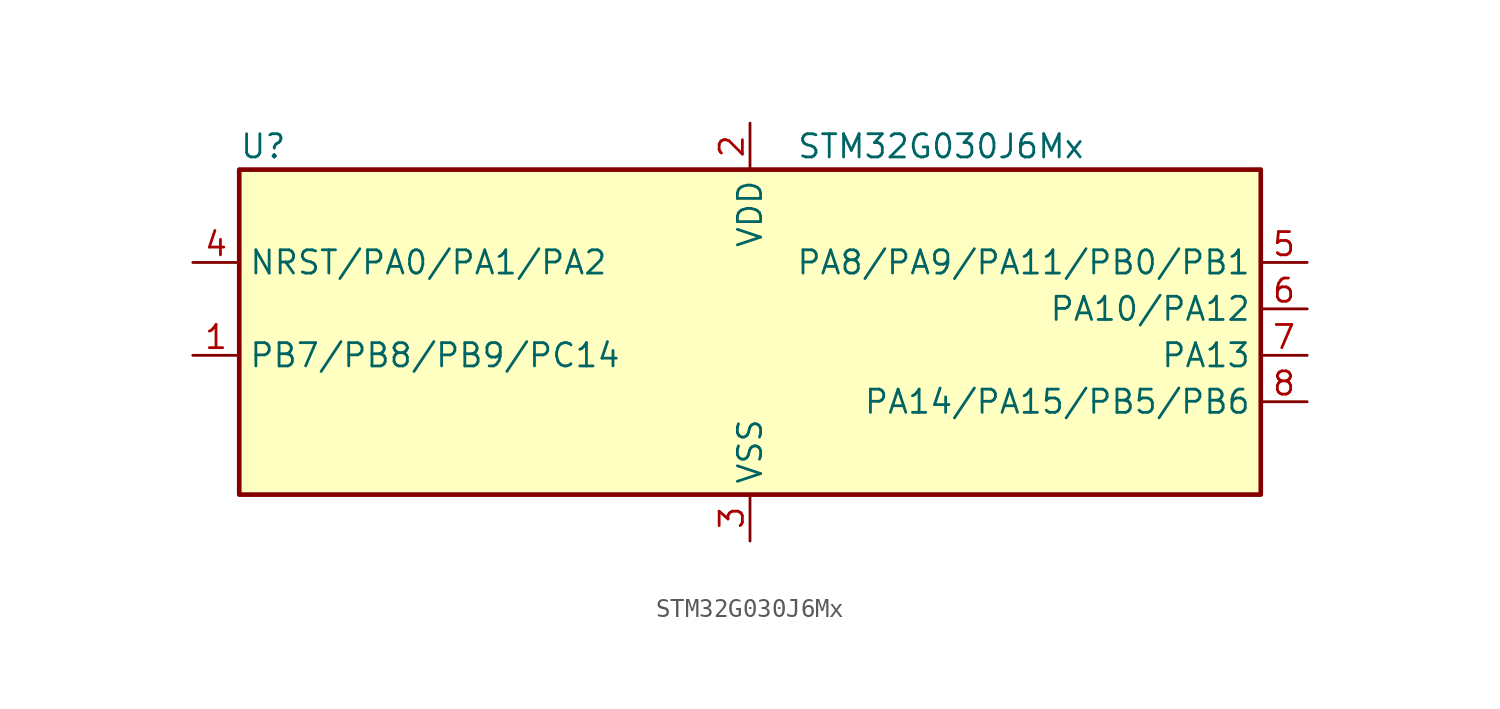
<source format=kicad_sym>
(kicad_symbol_lib
  (version 20231120)
  (generator "kicad-library-utils")
  (generator_version "8.0")
  (symbol "STM32G030J6Mx"
    (property "Reference" "U"
      (at -27.94 11.43 0)
      (effects (font (size 1.27 1.27)) (justify left)))
    (property "Value" "STM32G030J6Mx"
      (at 2.54 11.43 0)
      (effects (font (size 1.27 1.27)) (justify left)))
    (symbol "STM32G030J6Mx_0_1"
      (rectangle (start -27.94 -7.62) (end 27.94 10.16) (stroke (width 0.254) (type default)) (fill (type background))))
    (symbol "STM32G030J6Mx_1_1"
      (pin bidirectional line (at -30.48 0 0) (length 2.54) (name "PB7/PB8/PB9/PC14" (effects (font (size 1.27 1.27)))) (number "1" (effects (font (size 1.27 1.27)))) (alternate "PB7" bidirectional line) (alternate "ADC1_IN11 (PB7)" bidirectional line) (alternate "I2C1_SDA (PB7)" bidirectional line) (alternate "SPI2_MOSI (PB7)" bidirectional line) (alternate "SYS_PVD_IN (PB7)" bidirectional line) (alternate "TIM17_CH1N (PB7)" bidirectional line) (alternate "USART1_RX (PB7)" bidirectional line) (alternate "PB8" bidirectional line) (alternate "I2C1_SCL (PB8)" bidirectional line) (alternate "SPI2_SCK (PB8)" bidirectional line) (alternate "TIM16_CH1 (PB8)" bidirectional line) (alternate "PB9" bidirectional line) (alternate "I2C1_SDA (PB9)" bidirectional line) (alternate "IR_OUT (PB9)" bidirectional line) (alternate "SPI2_NSS (PB9)" bidirectional line) (alternate "TIM17_CH1 (PB9)" bidirectional line) (alternate "PC14" bidirectional line) (alternate "RCC_OSC32_IN (PC14)" bidirectional line) (alternate "RCC_OSC_IN (PC14)" bidirectional line) (alternate "TIM1_BK2 (PC14)" bidirectional line))
      (pin power_in line (at 0 12.7 270) (length 2.54) (name "VDD" (effects (font (size 1.27 1.27)))) (number "2" (effects (font (size 1.27 1.27)))))
      (pin power_in line (at 0 -10.16 90) (length 2.54) (name "VSS" (effects (font (size 1.27 1.27)))) (number "3" (effects (font (size 1.27 1.27)))))
      (pin input line (at -30.48 5.08 0) (length 2.54) (name "NRST/PA0/PA1/PA2" (effects (font (size 1.27 1.27)))) (number "4" (effects (font (size 1.27 1.27)))) (alternate "NRST" bidirectional line) (alternate "PA0" bidirectional line) (alternate "ADC1_IN0 (PA0)" bidirectional line) (alternate "RTC_TAMP_IN2 (PA0)" bidirectional line) (alternate "SPI2_SCK (PA0)" bidirectional line) (alternate "SYS_WKUP1 (PA0)" bidirectional line) (alternate "USART2_CTS (PA0)" bidirectional line) (alternate "USART2_NSS (PA0)" bidirectional line) (alternate "PA1" bidirectional line) (alternate "ADC1_IN1 (PA1)" bidirectional line) (alternate "I2C1_SMBA (PA1)" bidirectional line) (alternate "I2S1_CK (PA1)" bidirectional line) (alternate "SPI1_SCK (PA1)" bidirectional line) (alternate "USART2_CK (PA1)" bidirectional line) (alternate "USART2_DE (PA1)" bidirectional line) (alternate "USART2_RTS (PA1)" bidirectional line) (alternate "PA2" bidirectional line) (alternate "ADC1_IN2 (PA2)" bidirectional line) (alternate "I2S1_SD (PA2)" bidirectional line) (alternate "RCC_LSCO (PA2)" bidirectional line) (alternate "SPI1_MOSI (PA2)" bidirectional line) (alternate "SYS_WKUP4 (PA2)" bidirectional line) (alternate "USART2_TX (PA2)" bidirectional line))
      (pin bidirectional line (at 30.48 5.08 180) (length 2.54) (name "PA8/PA9/PA11/PB0/PB1" (effects (font (size 1.27 1.27)))) (number "5" (effects (font (size 1.27 1.27)))) (alternate "PA8" bidirectional line) (alternate "RCC_MCO (PA8)" bidirectional line) (alternate "SPI2_NSS (PA8)" bidirectional line) (alternate "TIM1_CH1 (PA8)" bidirectional line) (alternate "PA9" bidirectional line) (alternate "I2C1_SCL (PA9)" bidirectional line) (alternate "RCC_MCO (PA9)" bidirectional line) (alternate "SPI2_MISO (PA9)" bidirectional line) (alternate "TIM1_CH2 (PA9)" bidirectional line) (alternate "USART1_TX (PA9)" bidirectional line) (alternate "PA11" bidirectional line) (alternate "ADC1_EXTI11 (PA11)" bidirectional line) (alternate "ADC1_IN15 (PA11)" bidirectional line) (alternate "I2C2_SCL (PA11)" bidirectional line) (alternate "I2S1_MCK (PA11)" bidirectional line) (alternate "SPI1_MISO (PA11)" bidirectional line) (alternate "TIM1_BK2 (PA11)" bidirectional line) (alternate "TIM1_CH4 (PA11)" bidirectional line) (alternate "USART1_CTS (PA11)" bidirectional line) (alternate "USART1_NSS (PA11)" bidirectional line) (alternate "PB0" bidirectional line) (alternate "ADC1_IN8 (PB0)" bidirectional line) (alternate "I2S1_WS (PB0)" bidirectional line) (alternate "SPI1_NSS (PB0)" bidirectional line) (alternate "TIM1_CH2N (PB0)" bidirectional line) (alternate "TIM3_CH3 (PB0)" bidirectional line) (alternate "PB1" bidirectional line) (alternate "ADC1_IN9 (PB1)" bidirectional line) (alternate "TIM14_CH1 (PB1)" bidirectional line) (alternate "TIM1_CH3N (PB1)" bidirectional line) (alternate "TIM3_CH4 (PB1)" bidirectional line))
      (pin bidirectional line (at 30.48 2.54 180) (length 2.54) (name "PA10/PA12" (effects (font (size 1.27 1.27)))) (number "6" (effects (font (size 1.27 1.27)))) (alternate "PA10" bidirectional line) (alternate "I2C1_SDA (PA10)" bidirectional line) (alternate "SPI2_MOSI (PA10)" bidirectional line) (alternate "TIM17_BK (PA10)" bidirectional line) (alternate "TIM1_CH3 (PA10)" bidirectional line) (alternate "USART1_RX (PA10)" bidirectional line) (alternate "PA12" bidirectional line) (alternate "ADC1_IN16 (PA12)" bidirectional line) (alternate "I2C2_SDA (PA12)" bidirectional line) (alternate "I2S1_SD (PA12)" bidirectional line) (alternate "I2S_CKIN (PA12)" bidirectional line) (alternate "SPI1_MOSI (PA12)" bidirectional line) (alternate "TIM1_ETR (PA12)" bidirectional line) (alternate "USART1_CK (PA12)" bidirectional line) (alternate "USART1_DE (PA12)" bidirectional line) (alternate "USART1_RTS (PA12)" bidirectional line))
      (pin bidirectional line (at 30.48 0 180) (length 2.54) (name "PA13" (effects (font (size 1.27 1.27)))) (number "7" (effects (font (size 1.27 1.27)))) (alternate "ADC1_IN17" bidirectional line) (alternate "IR_OUT" bidirectional line) (alternate "SYS_SWDIO" bidirectional line))
      (pin bidirectional line (at 30.48 -2.54 180) (length 2.54) (name "PA14/PA15/PB5/PB6" (effects (font (size 1.27 1.27)))) (number "8" (effects (font (size 1.27 1.27)))) (alternate "PA14" bidirectional line) (alternate "ADC1_IN18 (PA14)" bidirectional line) (alternate "SYS_SWCLK (PA14)" bidirectional line) (alternate "USART2_TX (PA14)" bidirectional line) (alternate "PA15" bidirectional line) (alternate "I2S1_WS (PA15)" bidirectional line) (alternate "SPI1_NSS (PA15)" bidirectional line) (alternate "USART2_RX (PA15)" bidirectional line) (alternate "PB5" bidirectional line) (alternate "I2C1_SMBA (PB5)" bidirectional line) (alternate "I2S1_SD (PB5)" bidirectional line) (alternate "SPI1_MOSI (PB5)" bidirectional line) (alternate "SYS_WKUP6 (PB5)" bidirectional line) (alternate "TIM16_BK (PB5)" bidirectional line) (alternate "TIM3_CH2 (PB5)" bidirectional line) (alternate "PB6" bidirectional line) (alternate "I2C1_SCL (PB6)" bidirectional line) (alternate "SPI2_MISO (PB6)" bidirectional line) (alternate "TIM16_CH1N (PB6)" bidirectional line) (alternate "TIM1_CH3 (PB6)" bidirectional line) (alternate "USART1_TX (PB6)" bidirectional line)))))
</source>
